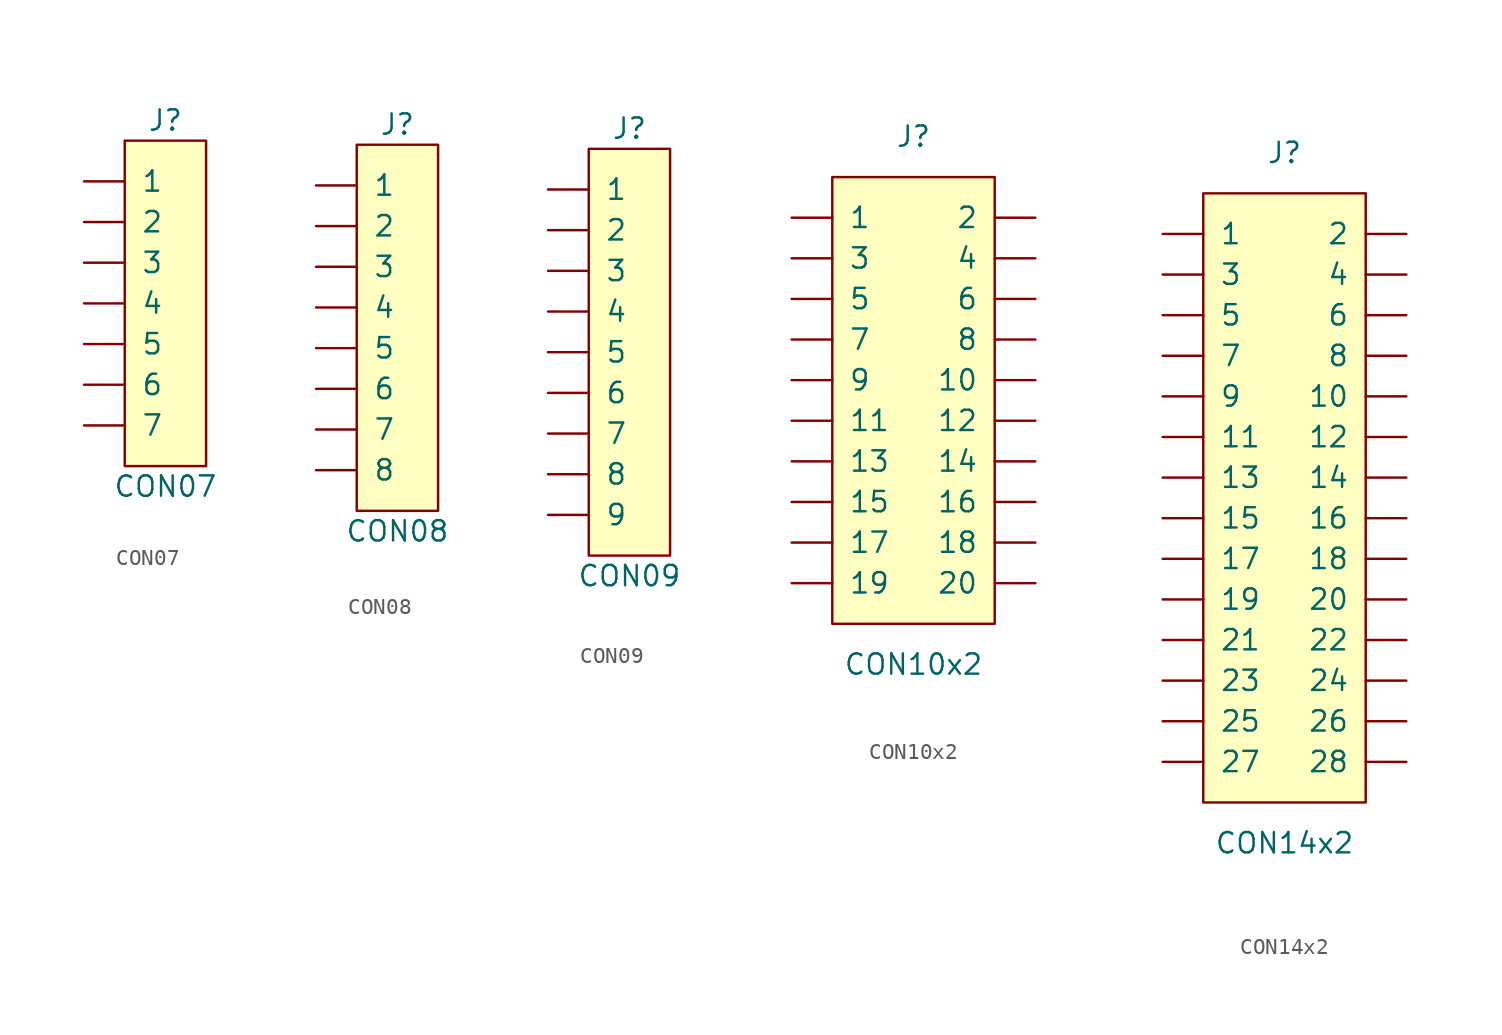
<source format=kicad_sym>
(kicad_symbol_lib
  (version 20220914)
  (generator kicad_symbol_editor)
  (symbol "CON07"
    (pin_numbers hide)
    (pin_names
      (offset 1.016))
    (property "Reference" "J"
      (at 5.08 3.81 0)
      (effects (font (size 1.27 1.27))))
    (property "Value" "CON07"
      (at 5.08 -19.05 0)
      (effects (font (size 1.27 1.27))))
    (symbol "CON07_0_1"
      (rectangle (start 2.54 2.54) (end 7.62 -17.78) (stroke (width 0.152) (type default)) (fill (type background))))
    (symbol "CON07_1_1"
      (pin passive line (at 0 0 0) (length 2.54) (name "1" (effects (font (size 1.27 1.27)))) (number "1" (effects (font (size 1.27 1.27)))))
      (pin passive line (at 0 -2.54 0) (length 2.54) (name "2" (effects (font (size 1.27 1.27)))) (number "2" (effects (font (size 1.27 1.27)))))
      (pin passive line (at 0 -5.08 0) (length 2.54) (name "3" (effects (font (size 1.27 1.27)))) (number "3" (effects (font (size 1.27 1.27)))))
      (pin passive line (at 0 -7.62 0) (length 2.54) (name "4" (effects (font (size 1.27 1.27)))) (number "4" (effects (font (size 1.27 1.27)))))
      (pin passive line (at 0 -10.16 0) (length 2.54) (name "5" (effects (font (size 1.27 1.27)))) (number "5" (effects (font (size 1.27 1.27)))))
      (pin passive line (at 0 -12.7 0) (length 2.54) (name "6" (effects (font (size 1.27 1.27)))) (number "6" (effects (font (size 1.27 1.27)))))
      (pin passive line (at 0 -15.24 0) (length 2.54) (name "7" (effects (font (size 1.27 1.27)))) (number "7" (effects (font (size 1.27 1.27)))))))
  (symbol "CON08"
    (pin_numbers hide)
    (pin_names
      (offset 1.016))
    (property "Reference" "J"
      (at 5.08 3.81 0)
      (effects (font (size 1.27 1.27))))
    (property "Value" "CON08"
      (at 5.08 -21.59 0)
      (effects (font (size 1.27 1.27))))
    (symbol "CON08_0_1"
      (rectangle (start 2.54 2.54) (end 7.62 -20.32) (stroke (width 0.152) (type default)) (fill (type background))))
    (symbol "CON08_1_1"
      (pin passive line (at 0 0 0) (length 2.54) (name "1" (effects (font (size 1.27 1.27)))) (number "1" (effects (font (size 1.27 1.27)))))
      (pin passive line (at 0 -2.54 0) (length 2.54) (name "2" (effects (font (size 1.27 1.27)))) (number "2" (effects (font (size 1.27 1.27)))))
      (pin passive line (at 0 -5.08 0) (length 2.54) (name "3" (effects (font (size 1.27 1.27)))) (number "3" (effects (font (size 1.27 1.27)))))
      (pin passive line (at 0 -7.62 0) (length 2.54) (name "4" (effects (font (size 1.27 1.27)))) (number "4" (effects (font (size 1.27 1.27)))))
      (pin passive line (at 0 -10.16 0) (length 2.54) (name "5" (effects (font (size 1.27 1.27)))) (number "5" (effects (font (size 1.27 1.27)))))
      (pin passive line (at 0 -12.7 0) (length 2.54) (name "6" (effects (font (size 1.27 1.27)))) (number "6" (effects (font (size 1.27 1.27)))))
      (pin passive line (at 0 -15.24 0) (length 2.54) (name "7" (effects (font (size 1.27 1.27)))) (number "7" (effects (font (size 1.27 1.27)))))
      (pin passive line (at 0 -17.78 0) (length 2.54) (name "8" (effects (font (size 1.27 1.27)))) (number "8" (effects (font (size 1.27 1.27)))))))
  (symbol "CON09"
    (pin_numbers hide)
    (pin_names
      (offset 1.016))
    (property "Reference" "J"
      (at 5.08 3.81 0)
      (effects (font (size 1.27 1.27))))
    (property "Value" "CON09"
      (at 5.08 -24.13 0)
      (effects (font (size 1.27 1.27))))
    (symbol "CON09_0_1"
      (rectangle (start 2.54 2.54) (end 7.62 -22.86) (stroke (width 0.152) (type default)) (fill (type background))))
    (symbol "CON09_1_1"
      (pin passive line (at 0 0 0) (length 2.54) (name "1" (effects (font (size 1.27 1.27)))) (number "1" (effects (font (size 1.27 1.27)))))
      (pin passive line (at 0 -2.54 0) (length 2.54) (name "2" (effects (font (size 1.27 1.27)))) (number "2" (effects (font (size 1.27 1.27)))))
      (pin passive line (at 0 -5.08 0) (length 2.54) (name "3" (effects (font (size 1.27 1.27)))) (number "3" (effects (font (size 1.27 1.27)))))
      (pin passive line (at 0 -7.62 0) (length 2.54) (name "4" (effects (font (size 1.27 1.27)))) (number "4" (effects (font (size 1.27 1.27)))))
      (pin passive line (at 0 -10.16 0) (length 2.54) (name "5" (effects (font (size 1.27 1.27)))) (number "5" (effects (font (size 1.27 1.27)))))
      (pin passive line (at 0 -12.7 0) (length 2.54) (name "6" (effects (font (size 1.27 1.27)))) (number "6" (effects (font (size 1.27 1.27)))))
      (pin passive line (at 0 -15.24 0) (length 2.54) (name "7" (effects (font (size 1.27 1.27)))) (number "7" (effects (font (size 1.27 1.27)))))
      (pin passive line (at 0 -17.78 0) (length 2.54) (name "8" (effects (font (size 1.27 1.27)))) (number "8" (effects (font (size 1.27 1.27)))))
      (pin passive line (at 0 -20.32 0) (length 2.54) (name "9" (effects (font (size 1.27 1.27)))) (number "9" (effects (font (size 1.27 1.27)))))))
  (symbol "CON10x2"
    (pin_numbers hide)
    (pin_names
      (offset 1.016))
    (property "Reference" "J"
      (at 0 17.78 0)
      (effects (font (size 1.27 1.27))))
    (property "Value" "CON10x2"
      (at 0 -15.24 0)
      (effects (font (size 1.27 1.27))))
    (symbol "CON10x2_0_1"
      (rectangle (start -5.08 15.24) (end 5.08 -12.7) (stroke (width 0.152) (type default)) (fill (type background))))
    (symbol "CON10x2_1_1"
      (pin passive line (at -7.62 12.7 0) (length 2.54) (name "1" (effects (font (size 1.27 1.27)))) (number "1" (effects (font (size 1.27 1.27)))))
      (pin passive line (at 7.62 2.54 180) (length 2.54) (name "10" (effects (font (size 1.27 1.27)))) (number "10" (effects (font (size 1.27 1.27)))))
      (pin passive line (at -7.62 0 0) (length 2.54) (name "11" (effects (font (size 1.27 1.27)))) (number "11" (effects (font (size 1.27 1.27)))))
      (pin passive line (at 7.62 0 180) (length 2.54) (name "12" (effects (font (size 1.27 1.27)))) (number "12" (effects (font (size 1.27 1.27)))))
      (pin passive line (at -7.62 -2.54 0) (length 2.54) (name "13" (effects (font (size 1.27 1.27)))) (number "13" (effects (font (size 1.27 1.27)))))
      (pin passive line (at 7.62 -2.54 180) (length 2.54) (name "14" (effects (font (size 1.27 1.27)))) (number "14" (effects (font (size 1.27 1.27)))))
      (pin passive line (at -7.62 -5.08 0) (length 2.54) (name "15" (effects (font (size 1.27 1.27)))) (number "15" (effects (font (size 1.27 1.27)))))
      (pin passive line (at 7.62 -5.08 180) (length 2.54) (name "16" (effects (font (size 1.27 1.27)))) (number "16" (effects (font (size 1.27 1.27)))))
      (pin passive line (at -7.62 -7.62 0) (length 2.54) (name "17" (effects (font (size 1.27 1.27)))) (number "17" (effects (font (size 1.27 1.27)))))
      (pin passive line (at 7.62 -7.62 180) (length 2.54) (name "18" (effects (font (size 1.27 1.27)))) (number "18" (effects (font (size 1.27 1.27)))))
      (pin passive line (at -7.62 -10.16 0) (length 2.54) (name "19" (effects (font (size 1.27 1.27)))) (number "19" (effects (font (size 1.27 1.27)))))
      (pin passive line (at 7.62 12.7 180) (length 2.54) (name "2" (effects (font (size 1.27 1.27)))) (number "2" (effects (font (size 1.27 1.27)))))
      (pin passive line (at 7.62 -10.16 180) (length 2.54) (name "20" (effects (font (size 1.27 1.27)))) (number "20" (effects (font (size 1.27 1.27)))))
      (pin passive line (at -7.62 10.16 0) (length 2.54) (name "3" (effects (font (size 1.27 1.27)))) (number "3" (effects (font (size 1.27 1.27)))))
      (pin passive line (at 7.62 10.16 180) (length 2.54) (name "4" (effects (font (size 1.27 1.27)))) (number "4" (effects (font (size 1.27 1.27)))))
      (pin passive line (at -7.62 7.62 0) (length 2.54) (name "5" (effects (font (size 1.27 1.27)))) (number "5" (effects (font (size 1.27 1.27)))))
      (pin passive line (at 7.62 7.62 180) (length 2.54) (name "6" (effects (font (size 1.27 1.27)))) (number "6" (effects (font (size 1.27 1.27)))))
      (pin passive line (at -7.62 5.08 0) (length 2.54) (name "7" (effects (font (size 1.27 1.27)))) (number "7" (effects (font (size 1.27 1.27)))))
      (pin passive line (at 7.62 5.08 180) (length 2.54) (name "8" (effects (font (size 1.27 1.27)))) (number "8" (effects (font (size 1.27 1.27)))))
      (pin passive line (at -7.62 2.54 0) (length 2.54) (name "9" (effects (font (size 1.27 1.27)))) (number "9" (effects (font (size 1.27 1.27)))))))
  (symbol "CON14x2"
    (pin_numbers hide)
    (pin_names
      (offset 1.016))
    (property "Reference" "J"
      (at 0 20.32 0)
      (effects (font (size 1.27 1.27))))
    (property "Value" "CON14x2"
      (at 0 -22.86 0)
      (effects (font (size 1.27 1.27))))
    (symbol "CON14x2_0_0"
      (pin passive line (at -7.62 -10.16 0) (length 2.54) (name "21" (effects (font (size 1.27 1.27)))) (number "21" (effects (font (size 1.27 1.27)))))
      (pin passive line (at -7.62 -17.78 0) (length 2.54) (name "27" (effects (font (size 1.27 1.27)))) (number "27" (effects (font (size 1.27 1.27))))))
    (symbol "CON14x2_0_1"
      (rectangle (start -5.08 17.78) (end 5.08 -20.32) (stroke (width 0.152) (type default)) (fill (type background))))
    (symbol "CON14x2_1_1"
      (pin passive line (at -7.62 15.24 0) (length 2.54) (name "1" (effects (font (size 1.27 1.27)))) (number "1" (effects (font (size 1.27 1.27)))))
      (pin passive line (at 7.62 5.08 180) (length 2.54) (name "10" (effects (font (size 1.27 1.27)))) (number "10" (effects (font (size 1.27 1.27)))))
      (pin passive line (at -7.62 2.54 0) (length 2.54) (name "11" (effects (font (size 1.27 1.27)))) (number "11" (effects (font (size 1.27 1.27)))))
      (pin passive line (at 7.62 2.54 180) (length 2.54) (name "12" (effects (font (size 1.27 1.27)))) (number "12" (effects (font (size 1.27 1.27)))))
      (pin passive line (at -7.62 0 0) (length 2.54) (name "13" (effects (font (size 1.27 1.27)))) (number "13" (effects (font (size 1.27 1.27)))))
      (pin passive line (at 7.62 0 180) (length 2.54) (name "14" (effects (font (size 1.27 1.27)))) (number "14" (effects (font (size 1.27 1.27)))))
      (pin passive line (at -7.62 -2.54 0) (length 2.54) (name "15" (effects (font (size 1.27 1.27)))) (number "15" (effects (font (size 1.27 1.27)))))
      (pin passive line (at 7.62 -2.54 180) (length 2.54) (name "16" (effects (font (size 1.27 1.27)))) (number "16" (effects (font (size 1.27 1.27)))))
      (pin passive line (at -7.62 -5.08 0) (length 2.54) (name "17" (effects (font (size 1.27 1.27)))) (number "17" (effects (font (size 1.27 1.27)))))
      (pin passive line (at 7.62 -5.08 180) (length 2.54) (name "18" (effects (font (size 1.27 1.27)))) (number "18" (effects (font (size 1.27 1.27)))))
      (pin passive line (at -7.62 -7.62 0) (length 2.54) (name "19" (effects (font (size 1.27 1.27)))) (number "19" (effects (font (size 1.27 1.27)))))
      (pin passive line (at 7.62 15.24 180) (length 2.54) (name "2" (effects (font (size 1.27 1.27)))) (number "2" (effects (font (size 1.27 1.27)))))
      (pin passive line (at 7.62 -7.62 180) (length 2.54) (name "20" (effects (font (size 1.27 1.27)))) (number "20" (effects (font (size 1.27 1.27)))))
      (pin passive line (at 7.62 -10.16 180) (length 2.54) (name "22" (effects (font (size 1.27 1.27)))) (number "22" (effects (font (size 1.27 1.27)))))
      (pin passive line (at -7.62 -12.7 0) (length 2.54) (name "23" (effects (font (size 1.27 1.27)))) (number "23" (effects (font (size 1.27 1.27)))))
      (pin passive line (at 7.62 -12.7 180) (length 2.54) (name "24" (effects (font (size 1.27 1.27)))) (number "24" (effects (font (size 1.27 1.27)))))
      (pin passive line (at -7.62 -15.24 0) (length 2.54) (name "25" (effects (font (size 1.27 1.27)))) (number "25" (effects (font (size 1.27 1.27)))))
      (pin passive line (at 7.62 -15.24 180) (length 2.54) (name "26" (effects (font (size 1.27 1.27)))) (number "26" (effects (font (size 1.27 1.27)))))
      (pin passive line (at 7.62 -17.78 180) (length 2.54) (name "28" (effects (font (size 1.27 1.27)))) (number "28" (effects (font (size 1.27 1.27)))))
      (pin passive line (at -7.62 12.7 0) (length 2.54) (name "3" (effects (font (size 1.27 1.27)))) (number "3" (effects (font (size 1.27 1.27)))))
      (pin passive line (at 7.62 12.7 180) (length 2.54) (name "4" (effects (font (size 1.27 1.27)))) (number "4" (effects (font (size 1.27 1.27)))))
      (pin passive line (at -7.62 10.16 0) (length 2.54) (name "5" (effects (font (size 1.27 1.27)))) (number "5" (effects (font (size 1.27 1.27)))))
      (pin passive line (at 7.62 10.16 180) (length 2.54) (name "6" (effects (font (size 1.27 1.27)))) (number "6" (effects (font (size 1.27 1.27)))))
      (pin passive line (at -7.62 7.62 0) (length 2.54) (name "7" (effects (font (size 1.27 1.27)))) (number "7" (effects (font (size 1.27 1.27)))))
      (pin passive line (at 7.62 7.62 180) (length 2.54) (name "8" (effects (font (size 1.27 1.27)))) (number "8" (effects (font (size 1.27 1.27)))))
      (pin passive line (at -7.62 5.08 0) (length 2.54) (name "9" (effects (font (size 1.27 1.27)))) (number "9" (effects (font (size 1.27 1.27))))))))
</source>
